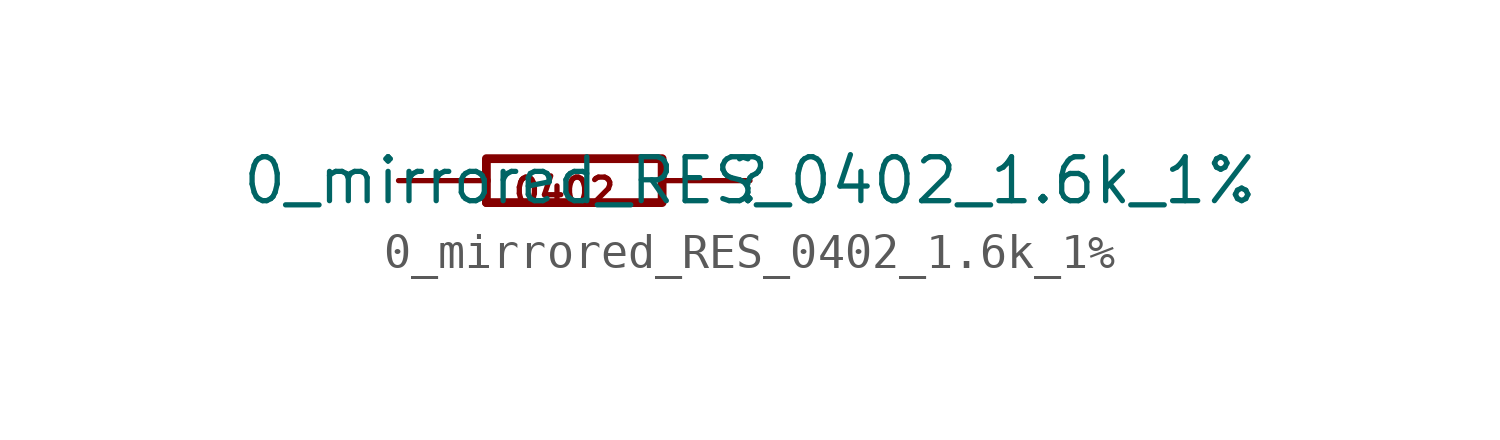
<source format=kicad_sym>
(kicad_symbol_lib
  (version 20211014)
  (generator kicad_symbol_editor)
  (symbol "0_mirrored_RES_0402_1.6k_1%"
    (property "Reference" ""
      (at 0 0 0)
      (effects (font (size 1.27 1.27))))
    (property "Value" "0_mirrored_RES_0402_1.6k_1%"
      (at 0 0 0)
      (effects (font (size 1.27 1.27))))
    (symbol "0_mirrored_RES_0402_1.6k_1%_1_0"
      (polyline (pts (xy -7.62 -0.635) (xy -7.62 0)) (stroke (width 0.254) (type default) (color 0 0 0 0)) (fill (type none)))
      (polyline (pts (xy -7.62 0) (xy -7.62 0.635) (xy -2.54 0.635) (xy -2.54 -0.635) (xy -7.62 -0.635)) (stroke (width 0.254) (type default) (color 0 0 0 0)) (fill (type none)))
      (text "0402" (at -3.81 -0.762 0) (effects (font (size 0.762 0.762)) (justify right bottom)))
      (pin passive line (at 0 0 180) (length 2.54) (name "1" (effects (font (size 0 0)))) (number "1" (effects (font (size 0 0)))))
      (pin passive line (at -10.16 0 0) (length 2.54) (name "2" (effects (font (size 0 0)))) (number "2" (effects (font (size 0 0))))))))
</source>
